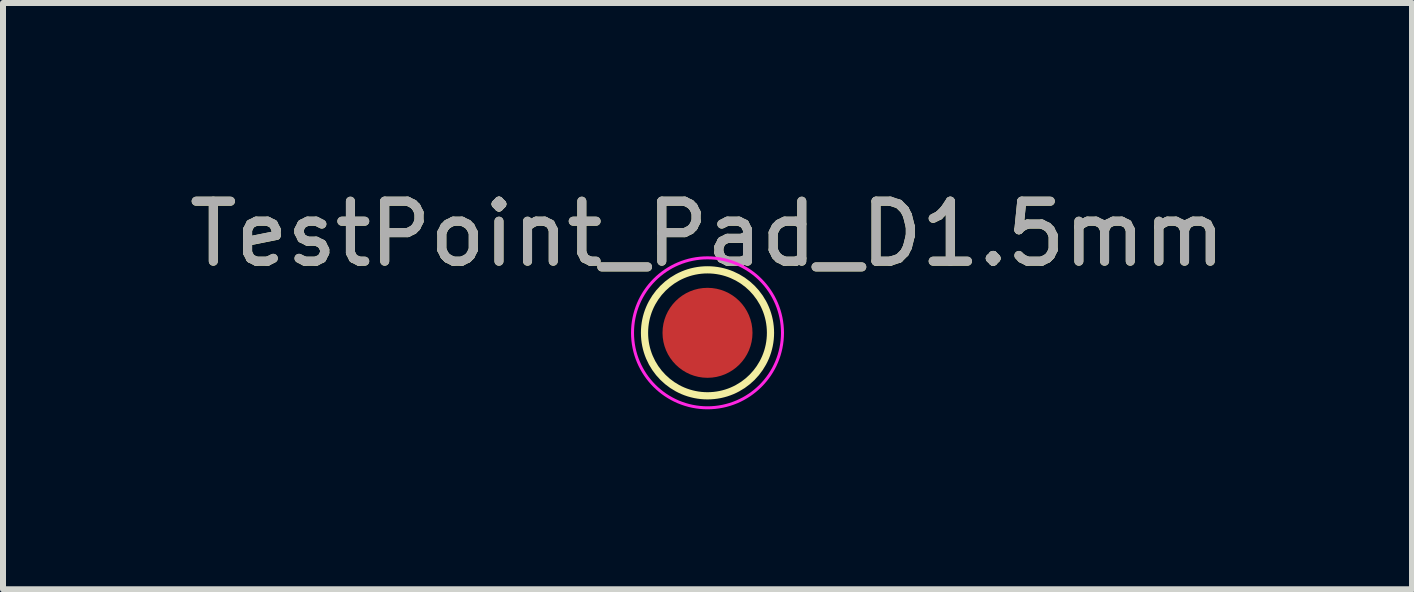
<source format=kicad_pcb>
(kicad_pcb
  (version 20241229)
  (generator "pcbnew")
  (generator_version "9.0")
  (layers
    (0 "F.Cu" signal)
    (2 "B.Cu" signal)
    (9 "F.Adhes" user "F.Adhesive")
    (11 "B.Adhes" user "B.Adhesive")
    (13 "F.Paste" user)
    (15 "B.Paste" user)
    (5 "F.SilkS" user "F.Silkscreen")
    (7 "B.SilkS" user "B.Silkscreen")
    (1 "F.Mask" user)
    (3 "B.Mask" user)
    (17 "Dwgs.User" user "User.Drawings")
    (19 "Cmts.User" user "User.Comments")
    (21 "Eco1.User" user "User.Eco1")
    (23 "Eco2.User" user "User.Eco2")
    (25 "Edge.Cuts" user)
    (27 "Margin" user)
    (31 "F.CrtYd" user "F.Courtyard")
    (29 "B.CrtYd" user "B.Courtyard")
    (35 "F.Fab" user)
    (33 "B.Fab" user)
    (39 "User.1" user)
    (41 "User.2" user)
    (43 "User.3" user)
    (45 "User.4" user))
  (footprint "TestPoint_Pad_D1.5mm"
    (layer "F.Cu")
    (at 8.744 2.498)
    (property "Reference" "TestPoint_Pad_D1.5mm" (at 0 -1.648 0) (layer "F.SilkS") (effects (font (size 1 1) (thickness 0.15))))
    (attr exclude_from_pos_files exclude_from_bom)
    (fp_circle (center 0 0) (end 1.05 0) (stroke (width 0.12) (type solid)) (fill no) (layer "F.SilkS"))
    (fp_circle (center 0 0) (end 1.25 0) (stroke (width 0.05) (type solid)) (fill no) (layer "F.CrtYd"))
    (fp_text user "${REFERENCE}" (at 0 -1.65 0) (layer "F.Fab") (effects (font (size 1 1) (thickness 0.15))))
    (pad "1" smd circle (at 0 0) (size 1.5 1.5) (layers "F.Cu" "F.Mask")))
  (gr_rect
    (start -3 -3)
    (end 20.488 6.773)
    (stroke (width 0.1) (type default))
    (fill no)
    (layer "Edge.Cuts")))
</source>
